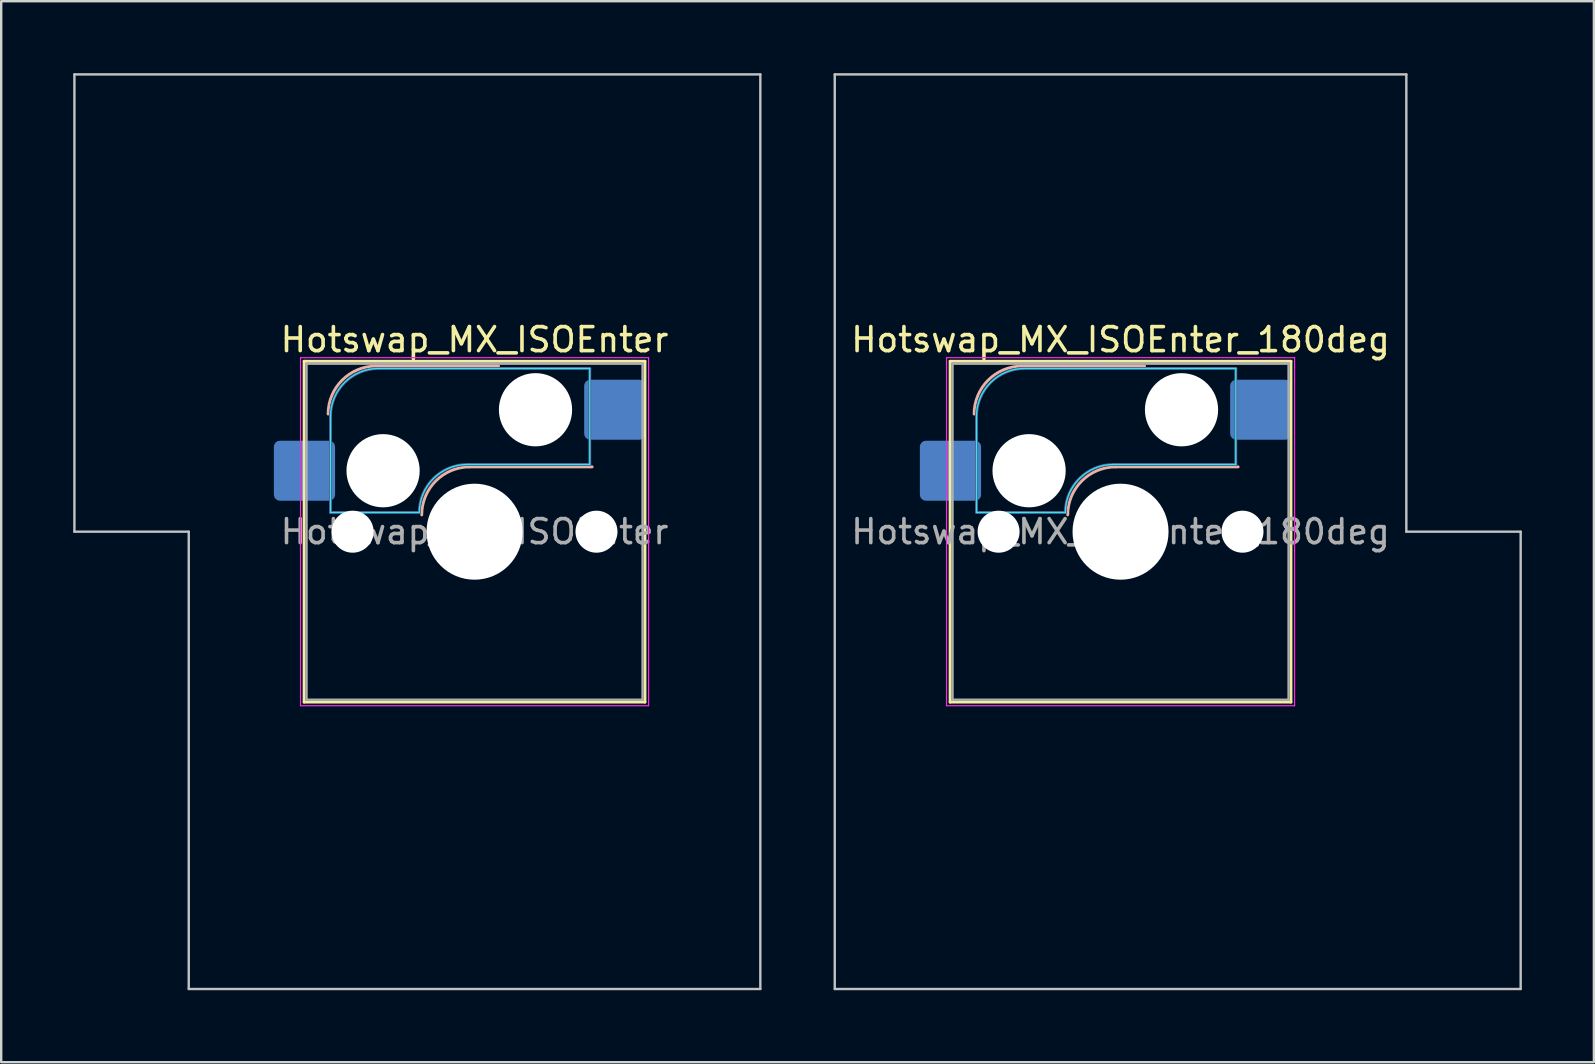
<source format=kicad_pcb>
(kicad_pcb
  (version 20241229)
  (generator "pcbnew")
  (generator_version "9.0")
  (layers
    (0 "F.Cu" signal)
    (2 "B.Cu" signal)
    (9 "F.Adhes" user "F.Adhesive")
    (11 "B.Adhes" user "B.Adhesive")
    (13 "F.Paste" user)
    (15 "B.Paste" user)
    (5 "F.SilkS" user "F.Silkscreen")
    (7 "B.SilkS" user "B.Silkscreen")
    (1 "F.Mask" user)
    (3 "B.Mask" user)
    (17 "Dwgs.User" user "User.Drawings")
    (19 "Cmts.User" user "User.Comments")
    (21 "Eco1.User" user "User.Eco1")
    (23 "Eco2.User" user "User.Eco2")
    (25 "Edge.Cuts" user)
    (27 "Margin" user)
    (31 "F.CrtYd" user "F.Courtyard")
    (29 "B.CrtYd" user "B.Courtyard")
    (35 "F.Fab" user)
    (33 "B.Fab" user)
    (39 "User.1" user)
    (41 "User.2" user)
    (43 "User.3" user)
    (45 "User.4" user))
  (footprint "Hotswap_MX_ISOEnter_180deg"
    (layer "F.Cu")
    (at 43.631 19.1)
    (property "Reference" "Hotswap_MX_ISOEnter_180deg" (at 0 -8 0) (layer "F.SilkS") (effects (font (size 1 1) (thickness 0.15))))
    (attr smd)
    (fp_line (start -7.1 -7.1) (end -7.1 7.1) (stroke (width 0.12) (type solid)) (layer "F.SilkS"))
    (fp_line (start -7.1 7.1) (end 7.1 7.1) (stroke (width 0.12) (type solid)) (layer "F.SilkS"))
    (fp_line (start 7.1 -7.1) (end -7.1 -7.1) (stroke (width 0.12) (type solid)) (layer "F.SilkS"))
    (fp_line (start 7.1 7.1) (end 7.1 -7.1) (stroke (width 0.12) (type solid)) (layer "F.SilkS"))
    (fp_line (start -4.1 -6.9) (end 1 -6.9) (stroke (width 0.12) (type solid)) (layer "B.SilkS"))
    (fp_line (start -0.2 -2.7) (end 4.9 -2.7) (stroke (width 0.12) (type solid)) (layer "B.SilkS"))
    (fp_arc (start -6.1 -4.9) (mid -5.514214 -6.314214) (end -4.1 -6.9) (stroke (width 0.12) (type solid)) (layer "B.SilkS"))
    (fp_arc (start -2.2 -0.7) (mid -1.614214 -2.114214) (end -0.2 -2.7) (stroke (width 0.12) (type solid)) (layer "B.SilkS"))
    (fp_line (start -11.906 -19.05) (end -11.906 19.05) (stroke (width 0.1) (type solid)) (layer "Dwgs.User"))
    (fp_line (start -11.906 19.05) (end 16.669 19.05) (stroke (width 0.1) (type solid)) (layer "Dwgs.User"))
    (fp_line (start 11.906 -19.05) (end -11.906 -19.05) (stroke (width 0.1) (type solid)) (layer "Dwgs.User"))
    (fp_line (start 11.906 0) (end 11.906 -19.05) (stroke (width 0.1) (type solid)) (layer "Dwgs.User"))
    (fp_line (start 16.669 0) (end 11.906 0) (stroke (width 0.1) (type solid)) (layer "Dwgs.User"))
    (fp_line (start 16.669 19.05) (end 16.669 0) (stroke (width 0.1) (type solid)) (layer "Dwgs.User"))
    (fp_line (start -7.8 -6) (end -7 -6) (stroke (width 0.1) (type solid)) (layer "Eco1.User"))
    (fp_line (start -7.8 -2.9) (end -7.8 -6) (stroke (width 0.1) (type solid)) (layer "Eco1.User"))
    (fp_line (start -7.8 2.9) (end -7 2.9) (stroke (width 0.1) (type solid)) (layer "Eco1.User"))
    (fp_line (start -7.8 6) (end -7.8 2.9) (stroke (width 0.1) (type solid)) (layer "Eco1.User"))
    (fp_line (start -7 -7) (end 7 -7) (stroke (width 0.1) (type solid)) (layer "Eco1.User"))
    (fp_line (start -7 -6) (end -7 -7) (stroke (width 0.1) (type solid)) (layer "Eco1.User"))
    (fp_line (start -7 -2.9) (end -7.8 -2.9) (stroke (width 0.1) (type solid)) (layer "Eco1.User"))
    (fp_line (start -7 2.9) (end -7 -2.9) (stroke (width 0.1) (type solid)) (layer "Eco1.User"))
    (fp_line (start -7 6) (end -7.8 6) (stroke (width 0.1) (type solid)) (layer "Eco1.User"))
    (fp_line (start -7 7) (end -7 6) (stroke (width 0.1) (type solid)) (layer "Eco1.User"))
    (fp_line (start 7 -7) (end 7 -6) (stroke (width 0.1) (type solid)) (layer "Eco1.User"))
    (fp_line (start 7 -6) (end 7.8 -6) (stroke (width 0.1) (type solid)) (layer "Eco1.User"))
    (fp_line (start 7 -2.9) (end 7 2.9) (stroke (width 0.1) (type solid)) (layer "Eco1.User"))
    (fp_line (start 7 2.9) (end 7.8 2.9) (stroke (width 0.1) (type solid)) (layer "Eco1.User"))
    (fp_line (start 7 6) (end 7 7) (stroke (width 0.1) (type solid)) (layer "Eco1.User"))
    (fp_line (start 7 7) (end -7 7) (stroke (width 0.1) (type solid)) (layer "Eco1.User"))
    (fp_line (start 7.8 -6) (end 7.8 -2.9) (stroke (width 0.1) (type solid)) (layer "Eco1.User"))
    (fp_line (start 7.8 -2.9) (end 7 -2.9) (stroke (width 0.1) (type solid)) (layer "Eco1.User"))
    (fp_line (start 7.8 2.9) (end 7.8 6) (stroke (width 0.1) (type solid)) (layer "Eco1.User"))
    (fp_line (start 7.8 6) (end 7 6) (stroke (width 0.1) (type solid)) (layer "Eco1.User"))
    (fp_line (start -6 -0.8) (end -6 -4.8) (stroke (width 0.05) (type solid)) (layer "B.CrtYd"))
    (fp_line (start -6 -0.8) (end -2.3 -0.8) (stroke (width 0.05) (type solid)) (layer "B.CrtYd"))
    (fp_line (start -4 -6.8) (end 4.8 -6.8) (stroke (width 0.05) (type solid)) (layer "B.CrtYd"))
    (fp_line (start -0.3 -2.8) (end 4.8 -2.8) (stroke (width 0.05) (type solid)) (layer "B.CrtYd"))
    (fp_line (start 4.8 -6.8) (end 4.8 -2.8) (stroke (width 0.05) (type solid)) (layer "B.CrtYd"))
    (fp_arc (start -6 -4.8) (mid -5.414214 -6.214214) (end -4 -6.8) (stroke (width 0.05) (type solid)) (layer "B.CrtYd"))
    (fp_arc (start -2.3 -0.8) (mid -1.714214 -2.214214) (end -0.3 -2.8) (stroke (width 0.05) (type solid)) (layer "B.CrtYd"))
    (fp_line (start -7.25 -7.25) (end -7.25 7.25) (stroke (width 0.05) (type solid)) (layer "F.CrtYd"))
    (fp_line (start -7.25 7.25) (end 7.25 7.25) (stroke (width 0.05) (type solid)) (layer "F.CrtYd"))
    (fp_line (start 7.25 -7.25) (end -7.25 -7.25) (stroke (width 0.05) (type solid)) (layer "F.CrtYd"))
    (fp_line (start 7.25 7.25) (end 7.25 -7.25) (stroke (width 0.05) (type solid)) (layer "F.CrtYd"))
    (fp_line (start -6 -0.8) (end -6 -4.8) (stroke (width 0.12) (type solid)) (layer "B.Fab"))
    (fp_line (start -6 -0.8) (end -2.3 -0.8) (stroke (width 0.12) (type solid)) (layer "B.Fab"))
    (fp_line (start -4 -6.8) (end 4.8 -6.8) (stroke (width 0.12) (type solid)) (layer "B.Fab"))
    (fp_line (start -0.3 -2.8) (end 4.8 -2.8) (stroke (width 0.12) (type solid)) (layer "B.Fab"))
    (fp_line (start 4.8 -6.8) (end 4.8 -2.8) (stroke (width 0.12) (type solid)) (layer "B.Fab"))
    (fp_arc (start -6 -4.8) (mid -5.414214 -6.214214) (end -4 -6.8) (stroke (width 0.12) (type solid)) (layer "B.Fab"))
    (fp_arc (start -2.3 -0.8) (mid -1.714214 -2.214214) (end -0.3 -2.8) (stroke (width 0.12) (type solid)) (layer "B.Fab"))
    (fp_line (start -7 -7) (end -7 7) (stroke (width 0.1) (type solid)) (layer "F.Fab"))
    (fp_line (start -7 7) (end 7 7) (stroke (width 0.1) (type solid)) (layer "F.Fab"))
    (fp_line (start 7 -7) (end -7 -7) (stroke (width 0.1) (type solid)) (layer "F.Fab"))
    (fp_line (start 7 7) (end 7 -7) (stroke (width 0.1) (type solid)) (layer "F.Fab"))
    (fp_text user "${REFERENCE}" (at 0 0 0) (layer "F.Fab") (effects (font (size 1 1) (thickness 0.15))))
    (pad "" np_thru_hole circle (at -5.08 0) (size 1.75 1.75) (drill 1.75) (layers "*.Cu" "*.Mask"))
    (pad "" np_thru_hole circle (at -3.81 -2.54) (size 3.05 3.05) (drill 3.05) (layers "*.Cu" "*.Mask"))
    (pad "" np_thru_hole circle (at 0 0) (size 4 4) (drill 4) (layers "*.Cu" "*.Mask"))
    (pad "" np_thru_hole circle (at 2.54 -5.08) (size 3.05 3.05) (drill 3.05) (layers "*.Cu" "*.Mask"))
    (pad "" np_thru_hole circle (at 5.08 0) (size 1.75 1.75) (drill 1.75) (layers "*.Cu" "*.Mask"))
    (pad "1" smd roundrect (at -7.085 -2.54) (size 2.55 2.5) (layers "B.Cu" "B.Mask" "B.Paste") (roundrect_rratio 0.1))
    (pad "2" smd roundrect (at 5.842 -5.08) (size 2.55 2.5) (layers "B.Cu" "B.Mask" "B.Paste") (roundrect_rratio 0.1)))
  (footprint "Hotswap_MX_ISOEnter"
    (layer "F.Cu")
    (at 16.719 19.1)
    (property "Reference" "Hotswap_MX_ISOEnter" (at 0 -8 0) (layer "F.SilkS") (effects (font (size 1 1) (thickness 0.15))))
    (attr smd)
    (fp_line (start -7.1 -7.1) (end -7.1 7.1) (stroke (width 0.12) (type solid)) (layer "F.SilkS"))
    (fp_line (start -7.1 7.1) (end 7.1 7.1) (stroke (width 0.12) (type solid)) (layer "F.SilkS"))
    (fp_line (start 7.1 -7.1) (end -7.1 -7.1) (stroke (width 0.12) (type solid)) (layer "F.SilkS"))
    (fp_line (start 7.1 7.1) (end 7.1 -7.1) (stroke (width 0.12) (type solid)) (layer "F.SilkS"))
    (fp_line (start -4.1 -6.9) (end 1 -6.9) (stroke (width 0.12) (type solid)) (layer "B.SilkS"))
    (fp_line (start -0.2 -2.7) (end 4.9 -2.7) (stroke (width 0.12) (type solid)) (layer "B.SilkS"))
    (fp_arc (start -6.1 -4.9) (mid -5.514214 -6.314214) (end -4.1 -6.9) (stroke (width 0.12) (type solid)) (layer "B.SilkS"))
    (fp_arc (start -2.2 -0.7) (mid -1.614214 -2.114214) (end -0.2 -2.7) (stroke (width 0.12) (type solid)) (layer "B.SilkS"))
    (fp_line (start -16.669 -19.05) (end -16.669 0) (stroke (width 0.1) (type solid)) (layer "Dwgs.User"))
    (fp_line (start -16.669 0) (end -11.906 0) (stroke (width 0.1) (type solid)) (layer "Dwgs.User"))
    (fp_line (start -11.906 0) (end -11.906 19.05) (stroke (width 0.1) (type solid)) (layer "Dwgs.User"))
    (fp_line (start -11.906 19.05) (end 11.906 19.05) (stroke (width 0.1) (type solid)) (layer "Dwgs.User"))
    (fp_line (start 11.906 -19.05) (end -16.669 -19.05) (stroke (width 0.1) (type solid)) (layer "Dwgs.User"))
    (fp_line (start 11.906 19.05) (end 11.906 -19.05) (stroke (width 0.1) (type solid)) (layer "Dwgs.User"))
    (fp_line (start -7.8 -6) (end -7 -6) (stroke (width 0.1) (type solid)) (layer "Eco1.User"))
    (fp_line (start -7.8 -2.9) (end -7.8 -6) (stroke (width 0.1) (type solid)) (layer "Eco1.User"))
    (fp_line (start -7.8 2.9) (end -7 2.9) (stroke (width 0.1) (type solid)) (layer "Eco1.User"))
    (fp_line (start -7.8 6) (end -7.8 2.9) (stroke (width 0.1) (type solid)) (layer "Eco1.User"))
    (fp_line (start -7 -7) (end 7 -7) (stroke (width 0.1) (type solid)) (layer "Eco1.User"))
    (fp_line (start -7 -6) (end -7 -7) (stroke (width 0.1) (type solid)) (layer "Eco1.User"))
    (fp_line (start -7 -2.9) (end -7.8 -2.9) (stroke (width 0.1) (type solid)) (layer "Eco1.User"))
    (fp_line (start -7 2.9) (end -7 -2.9) (stroke (width 0.1) (type solid)) (layer "Eco1.User"))
    (fp_line (start -7 6) (end -7.8 6) (stroke (width 0.1) (type solid)) (layer "Eco1.User"))
    (fp_line (start -7 7) (end -7 6) (stroke (width 0.1) (type solid)) (layer "Eco1.User"))
    (fp_line (start 7 -7) (end 7 -6) (stroke (width 0.1) (type solid)) (layer "Eco1.User"))
    (fp_line (start 7 -6) (end 7.8 -6) (stroke (width 0.1) (type solid)) (layer "Eco1.User"))
    (fp_line (start 7 -2.9) (end 7 2.9) (stroke (width 0.1) (type solid)) (layer "Eco1.User"))
    (fp_line (start 7 2.9) (end 7.8 2.9) (stroke (width 0.1) (type solid)) (layer "Eco1.User"))
    (fp_line (start 7 6) (end 7 7) (stroke (width 0.1) (type solid)) (layer "Eco1.User"))
    (fp_line (start 7 7) (end -7 7) (stroke (width 0.1) (type solid)) (layer "Eco1.User"))
    (fp_line (start 7.8 -6) (end 7.8 -2.9) (stroke (width 0.1) (type solid)) (layer "Eco1.User"))
    (fp_line (start 7.8 -2.9) (end 7 -2.9) (stroke (width 0.1) (type solid)) (layer "Eco1.User"))
    (fp_line (start 7.8 2.9) (end 7.8 6) (stroke (width 0.1) (type solid)) (layer "Eco1.User"))
    (fp_line (start 7.8 6) (end 7 6) (stroke (width 0.1) (type solid)) (layer "Eco1.User"))
    (fp_line (start -6 -0.8) (end -6 -4.8) (stroke (width 0.05) (type solid)) (layer "B.CrtYd"))
    (fp_line (start -6 -0.8) (end -2.3 -0.8) (stroke (width 0.05) (type solid)) (layer "B.CrtYd"))
    (fp_line (start -4 -6.8) (end 4.8 -6.8) (stroke (width 0.05) (type solid)) (layer "B.CrtYd"))
    (fp_line (start -0.3 -2.8) (end 4.8 -2.8) (stroke (width 0.05) (type solid)) (layer "B.CrtYd"))
    (fp_line (start 4.8 -6.8) (end 4.8 -2.8) (stroke (width 0.05) (type solid)) (layer "B.CrtYd"))
    (fp_arc (start -6 -4.8) (mid -5.414214 -6.214214) (end -4 -6.8) (stroke (width 0.05) (type solid)) (layer "B.CrtYd"))
    (fp_arc (start -2.3 -0.8) (mid -1.714214 -2.214214) (end -0.3 -2.8) (stroke (width 0.05) (type solid)) (layer "B.CrtYd"))
    (fp_line (start -7.25 -7.25) (end -7.25 7.25) (stroke (width 0.05) (type solid)) (layer "F.CrtYd"))
    (fp_line (start -7.25 7.25) (end 7.25 7.25) (stroke (width 0.05) (type solid)) (layer "F.CrtYd"))
    (fp_line (start 7.25 -7.25) (end -7.25 -7.25) (stroke (width 0.05) (type solid)) (layer "F.CrtYd"))
    (fp_line (start 7.25 7.25) (end 7.25 -7.25) (stroke (width 0.05) (type solid)) (layer "F.CrtYd"))
    (fp_line (start -6 -0.8) (end -6 -4.8) (stroke (width 0.12) (type solid)) (layer "B.Fab"))
    (fp_line (start -6 -0.8) (end -2.3 -0.8) (stroke (width 0.12) (type solid)) (layer "B.Fab"))
    (fp_line (start -4 -6.8) (end 4.8 -6.8) (stroke (width 0.12) (type solid)) (layer "B.Fab"))
    (fp_line (start -0.3 -2.8) (end 4.8 -2.8) (stroke (width 0.12) (type solid)) (layer "B.Fab"))
    (fp_line (start 4.8 -6.8) (end 4.8 -2.8) (stroke (width 0.12) (type solid)) (layer "B.Fab"))
    (fp_arc (start -6 -4.8) (mid -5.414214 -6.214214) (end -4 -6.8) (stroke (width 0.12) (type solid)) (layer "B.Fab"))
    (fp_arc (start -2.3 -0.8) (mid -1.714214 -2.214214) (end -0.3 -2.8) (stroke (width 0.12) (type solid)) (layer "B.Fab"))
    (fp_line (start -7 -7) (end -7 7) (stroke (width 0.1) (type solid)) (layer "F.Fab"))
    (fp_line (start -7 7) (end 7 7) (stroke (width 0.1) (type solid)) (layer "F.Fab"))
    (fp_line (start 7 -7) (end -7 -7) (stroke (width 0.1) (type solid)) (layer "F.Fab"))
    (fp_line (start 7 7) (end 7 -7) (stroke (width 0.1) (type solid)) (layer "F.Fab"))
    (fp_text user "${REFERENCE}" (at 0 0 0) (layer "F.Fab") (effects (font (size 1 1) (thickness 0.15))))
    (pad "" np_thru_hole circle (at -5.08 0) (size 1.75 1.75) (drill 1.75) (layers "*.Cu" "*.Mask"))
    (pad "" np_thru_hole circle (at -3.81 -2.54) (size 3.05 3.05) (drill 3.05) (layers "*.Cu" "*.Mask"))
    (pad "" np_thru_hole circle (at 0 0) (size 4 4) (drill 4) (layers "*.Cu" "*.Mask"))
    (pad "" np_thru_hole circle (at 2.54 -5.08) (size 3.05 3.05) (drill 3.05) (layers "*.Cu" "*.Mask"))
    (pad "" np_thru_hole circle (at 5.08 0) (size 1.75 1.75) (drill 1.75) (layers "*.Cu" "*.Mask"))
    (pad "1" smd roundrect (at -7.085 -2.54) (size 2.55 2.5) (layers "B.Cu" "B.Mask" "B.Paste") (roundrect_rratio 0.1))
    (pad "2" smd roundrect (at 5.842 -5.08) (size 2.55 2.5) (layers "B.Cu" "B.Mask" "B.Paste") (roundrect_rratio 0.1)))
  (gr_rect
    (start -3 -3)
    (end 63.35 41.2)
    (stroke (width 0.1) (type default))
    (fill no)
    (layer "Edge.Cuts")))
</source>
